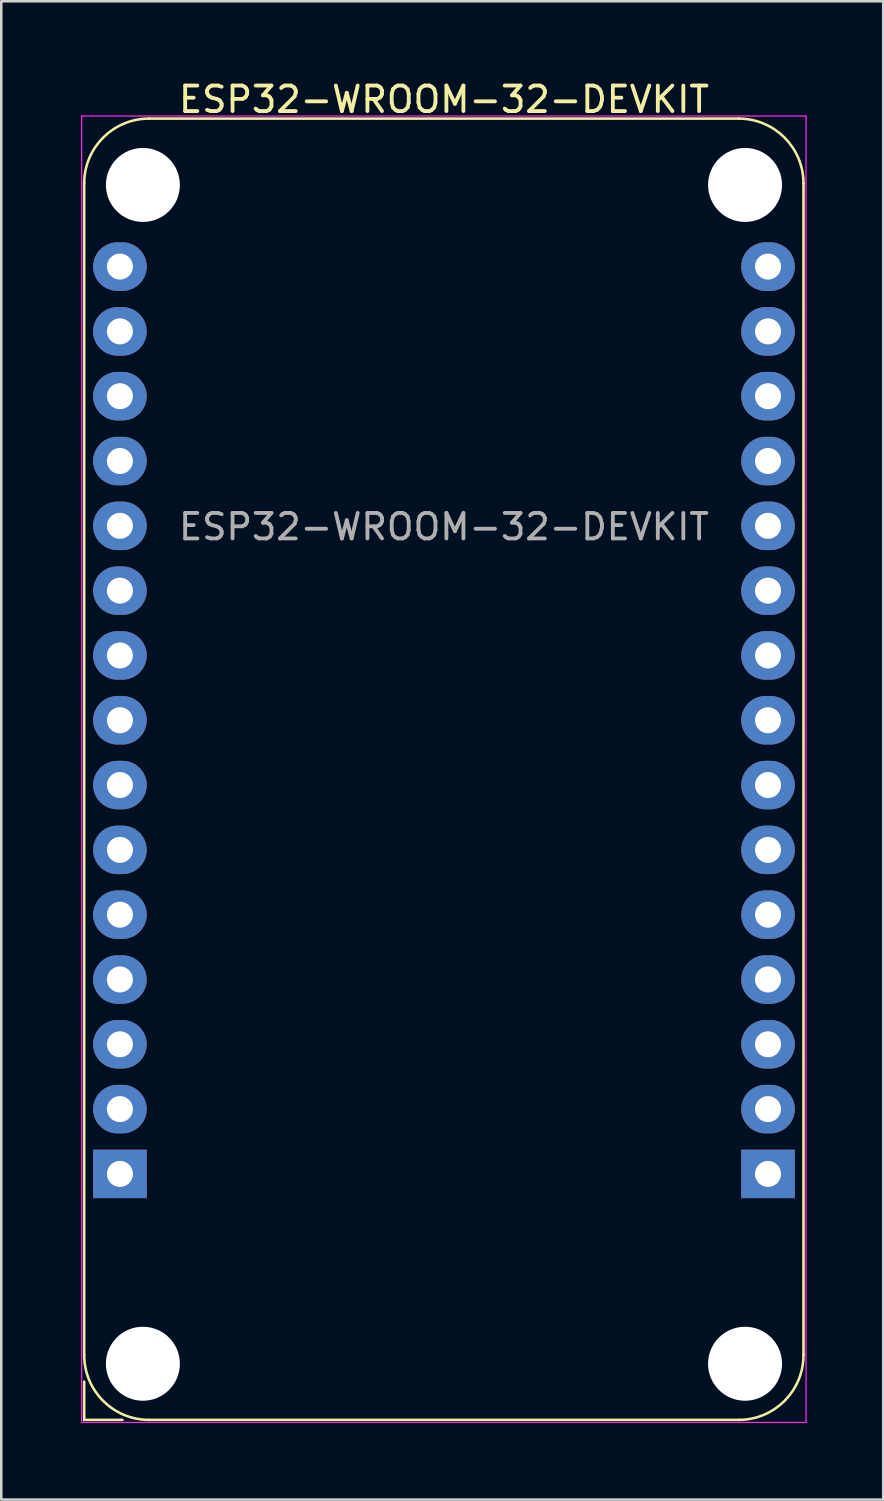
<source format=kicad_pcb>
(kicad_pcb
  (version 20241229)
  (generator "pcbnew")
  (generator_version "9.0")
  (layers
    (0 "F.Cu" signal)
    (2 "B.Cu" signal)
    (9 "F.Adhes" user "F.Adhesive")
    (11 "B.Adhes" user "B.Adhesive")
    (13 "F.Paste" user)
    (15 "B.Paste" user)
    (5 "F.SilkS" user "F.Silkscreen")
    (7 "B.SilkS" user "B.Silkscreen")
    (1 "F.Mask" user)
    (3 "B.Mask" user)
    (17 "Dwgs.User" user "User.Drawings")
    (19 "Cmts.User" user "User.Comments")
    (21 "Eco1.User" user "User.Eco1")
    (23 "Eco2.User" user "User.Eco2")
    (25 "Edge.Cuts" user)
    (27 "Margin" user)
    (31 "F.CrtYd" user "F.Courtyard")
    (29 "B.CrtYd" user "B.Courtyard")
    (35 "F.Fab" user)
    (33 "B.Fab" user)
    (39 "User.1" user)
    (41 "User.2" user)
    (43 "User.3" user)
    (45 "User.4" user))
  (footprint "ESP32-WROOM-32-DEVKIT"
    (layer "F.Cu")
    (at 0.25 1.598)
    (property "Reference" "ESP32-WROOM-32-DEVKIT" (at 14.1 -0.75 0) (layer "F.SilkS") (effects (font (size 1 1) (thickness 0.15))))
    (attr through_hole)
    (fp_line (start 0 2.54) (end 0 48.46) (stroke (width 0.1) (type solid)) (layer "F.SilkS"))
    (fp_line (start 0 49.5) (end 0 51) (stroke (width 0.1) (type solid)) (layer "F.SilkS"))
    (fp_line (start 0 51) (end 1.5 51) (stroke (width 0.1) (type solid)) (layer "F.SilkS"))
    (fp_line (start 2.54 0) (end 25.65 0) (stroke (width 0.1) (type solid)) (layer "F.SilkS"))
    (fp_line (start 2.54 51) (end 25.65 51) (stroke (width 0.1) (type solid)) (layer "F.SilkS"))
    (fp_line (start 28.19 2.54) (end 28.19 48.46) (stroke (width 0.1) (type solid)) (layer "F.SilkS"))
    (fp_arc (start 0 2.54) (mid 0.743949 0.743949) (end 2.54 0) (stroke (width 0.1) (type solid)) (layer "F.SilkS"))
    (fp_arc (start 2.54 51) (mid 0.743949 50.256051) (end 0 48.46) (stroke (width 0.1) (type solid)) (layer "F.SilkS"))
    (fp_arc (start 25.65 0) (mid 27.446051 0.743949) (end 28.19 2.54) (stroke (width 0.1) (type solid)) (layer "F.SilkS"))
    (fp_arc (start 28.19 48.46) (mid 27.446051 50.256051) (end 25.65 51) (stroke (width 0.1) (type solid)) (layer "F.SilkS"))
    (fp_line (start -0.1 -0.1) (end -0.1 51.1) (stroke (width 0.05) (type solid)) (layer "F.CrtYd"))
    (fp_line (start -0.1 -0.1) (end 28.29 -0.1) (stroke (width 0.05) (type solid)) (layer "F.CrtYd"))
    (fp_line (start -0.1 51.1) (end 28.29 51.1) (stroke (width 0.05) (type solid)) (layer "F.CrtYd"))
    (fp_line (start 28.29 -0.1) (end 28.29 51.1) (stroke (width 0.05) (type solid)) (layer "F.CrtYd"))
    (fp_text user "${REFERENCE}" (at 14.1 16 0) (layer "F.Fab") (effects (font (size 1 1) (thickness 0.15))))
    (pad "" np_thru_hole circle (at 2.3 2.6) (size 2.9 2.9) (drill 2.9) (layers "*.Cu" "*.Mask"))
    (pad "" np_thru_hole circle (at 2.3 48.8) (size 2.9 2.9) (drill 2.9) (layers "*.Cu" "*.Mask"))
    (pad "" np_thru_hole circle (at 25.9 2.6) (size 2.9 2.9) (drill 2.9) (layers "*.Cu" "*.Mask"))
    (pad "" np_thru_hole circle (at 25.9 48.8) (size 2.9 2.9) (drill 2.9) (layers "*.Cu" "*.Mask"))
    (pad "J1.1" thru_hole rect (at 1.4 41.36) (size 2.1 1.9) (drill 1.02) (layers "*.Cu" "*.Mask"))
    (pad "J1.2" thru_hole oval (at 1.4 38.82) (size 2.1 1.9) (drill 1.02) (layers "*.Cu" "*.Mask"))
    (pad "J1.3" thru_hole oval (at 1.4 36.28) (size 2.1 1.9) (drill 1.02) (layers "*.Cu" "*.Mask"))
    (pad "J1.4" thru_hole oval (at 1.4 33.74) (size 2.1 1.9) (drill 1.02) (layers "*.Cu" "*.Mask"))
    (pad "J1.5" thru_hole oval (at 1.4 31.2) (size 2.1 1.9) (drill 1.02) (layers "*.Cu" "*.Mask"))
    (pad "J1.6" thru_hole oval (at 1.4 28.66) (size 2.1 1.9) (drill 1.02) (layers "*.Cu" "*.Mask"))
    (pad "J1.7" thru_hole oval (at 1.4 26.12) (size 2.1 1.9) (drill 1.02) (layers "*.Cu" "*.Mask"))
    (pad "J1.8" thru_hole oval (at 1.4 23.58) (size 2.1 1.9) (drill 1.02) (layers "*.Cu" "*.Mask"))
    (pad "J1.9" thru_hole oval (at 1.4 21.04) (size 2.1 1.9) (drill 1.02) (layers "*.Cu" "*.Mask"))
    (pad "J1.10" thru_hole oval (at 1.4 18.5) (size 2.1 1.9) (drill 1.02) (layers "*.Cu" "*.Mask"))
    (pad "J1.11" thru_hole oval (at 1.4 15.96) (size 2.1 1.9) (drill 1.02) (layers "*.Cu" "*.Mask"))
    (pad "J1.12" thru_hole oval (at 1.4 13.42) (size 2.1 1.9) (drill 1.02) (layers "*.Cu" "*.Mask"))
    (pad "J1.13" thru_hole oval (at 1.4 10.88) (size 2.1 1.9) (drill 1.02) (layers "*.Cu" "*.Mask"))
    (pad "J1.14" thru_hole oval (at 1.4 8.34) (size 2.1 1.9) (drill 1.02) (layers "*.Cu" "*.Mask"))
    (pad "J1.15" thru_hole oval (at 1.4 5.8) (size 2.1 1.9) (drill 1.02) (layers "*.Cu" "*.Mask"))
    (pad "J2.1" thru_hole rect (at 26.8 41.36) (size 2.1 1.9) (drill 1.02) (layers "*.Cu" "*.Mask"))
    (pad "J2.2" thru_hole oval (at 26.8 38.82) (size 2.1 1.9) (drill 1.02) (layers "*.Cu" "*.Mask"))
    (pad "J2.3" thru_hole oval (at 26.8 36.28) (size 2.1 1.9) (drill 1.02) (layers "*.Cu" "*.Mask"))
    (pad "J2.4" thru_hole oval (at 26.8 33.74) (size 2.1 1.9) (drill 1.02) (layers "*.Cu" "*.Mask"))
    (pad "J2.5" thru_hole oval (at 26.8 31.2) (size 2.1 1.9) (drill 1.02) (layers "*.Cu" "*.Mask"))
    (pad "J2.6" thru_hole oval (at 26.8 28.66) (size 2.1 1.9) (drill 1.02) (layers "*.Cu" "*.Mask"))
    (pad "J2.7" thru_hole oval (at 26.8 26.12) (size 2.1 1.9) (drill 1.02) (layers "*.Cu" "*.Mask"))
    (pad "J2.8" thru_hole oval (at 26.8 23.58) (size 2.1 1.9) (drill 1.02) (layers "*.Cu" "*.Mask"))
    (pad "J2.9" thru_hole oval (at 26.8 21.04) (size 2.1 1.9) (drill 1.02) (layers "*.Cu" "*.Mask"))
    (pad "J2.10" thru_hole oval (at 26.8 18.5) (size 2.1 1.9) (drill 1.02) (layers "*.Cu" "*.Mask"))
    (pad "J2.11" thru_hole oval (at 26.8 15.96) (size 2.1 1.9) (drill 1.02) (layers "*.Cu" "*.Mask"))
    (pad "J2.12" thru_hole oval (at 26.8 13.42) (size 2.1 1.9) (drill 1.02) (layers "*.Cu" "*.Mask"))
    (pad "J2.13" thru_hole oval (at 26.8 10.88) (size 2.1 1.9) (drill 1.02) (layers "*.Cu" "*.Mask"))
    (pad "J2.14" thru_hole oval (at 26.8 8.34) (size 2.1 1.9) (drill 1.02) (layers "*.Cu" "*.Mask"))
    (pad "J2.15" thru_hole oval (at 26.8 5.8) (size 2.1 1.9) (drill 1.02) (layers "*.Cu" "*.Mask")))
  (gr_rect
    (start -3 -3)
    (end 31.565 55.723)
    (stroke (width 0.1) (type default))
    (fill no)
    (layer "Edge.Cuts")))
</source>
